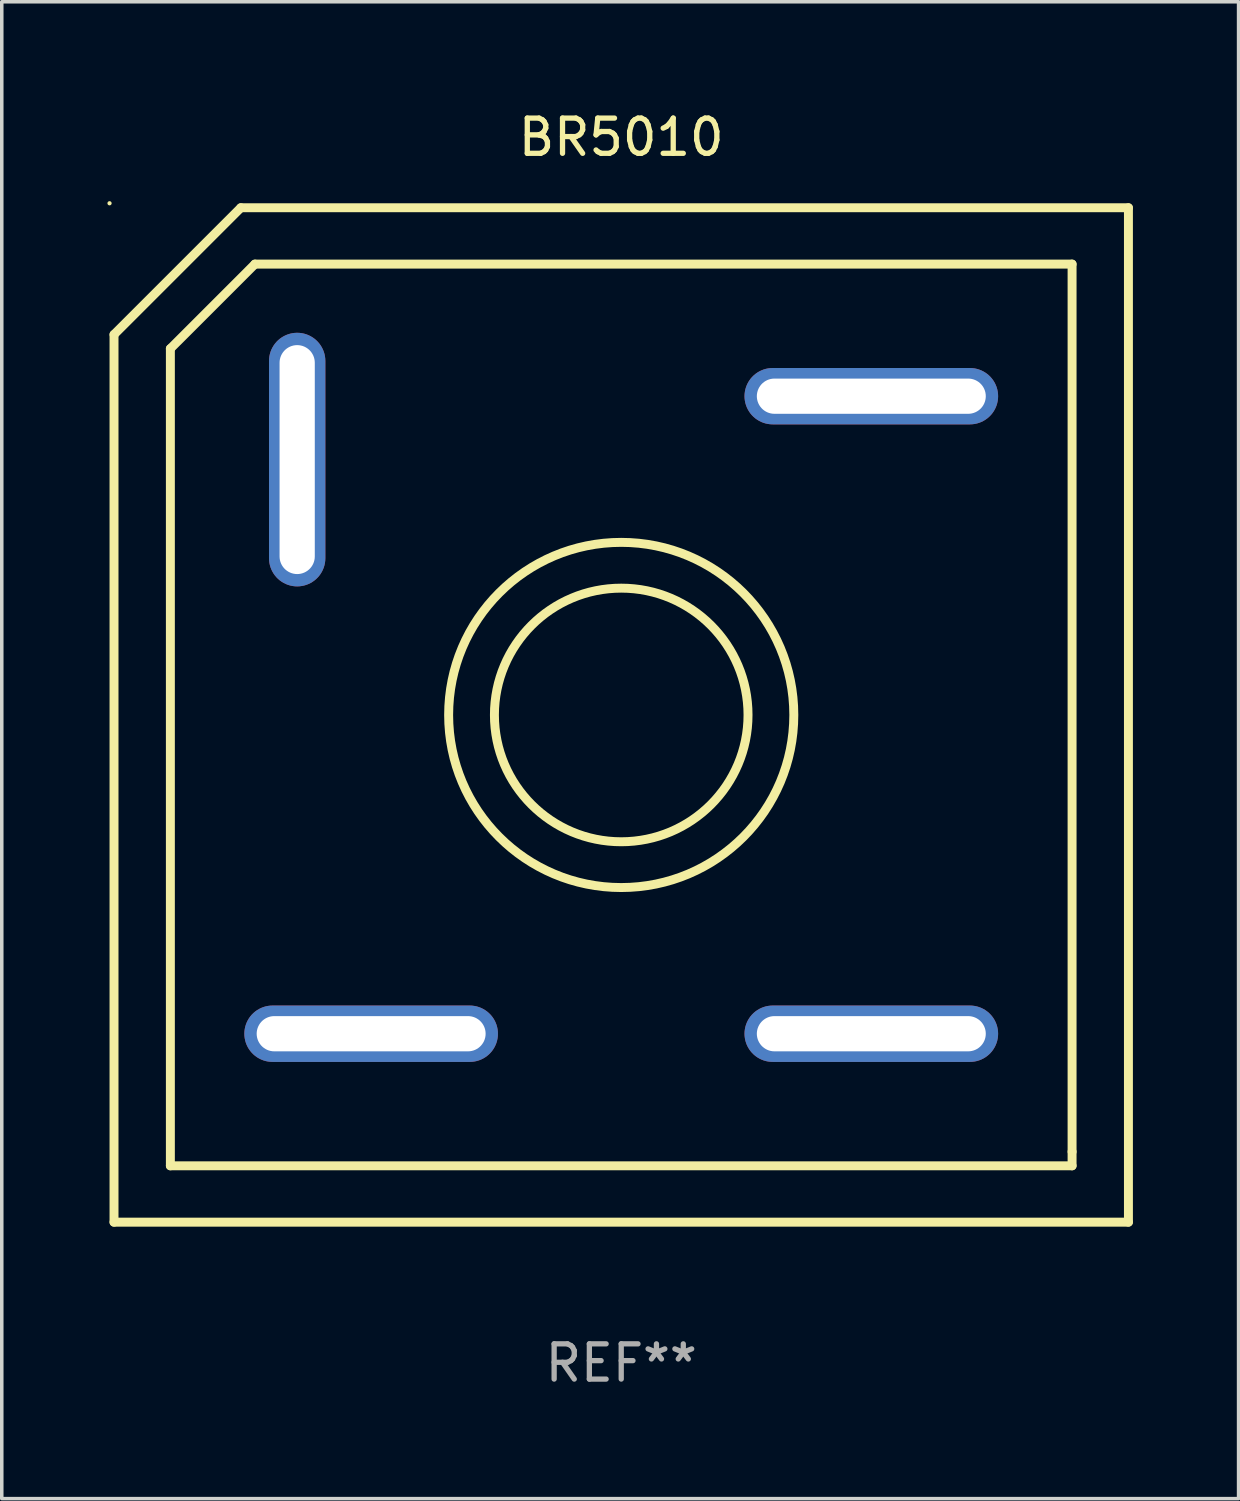
<source format=kicad_pcb>
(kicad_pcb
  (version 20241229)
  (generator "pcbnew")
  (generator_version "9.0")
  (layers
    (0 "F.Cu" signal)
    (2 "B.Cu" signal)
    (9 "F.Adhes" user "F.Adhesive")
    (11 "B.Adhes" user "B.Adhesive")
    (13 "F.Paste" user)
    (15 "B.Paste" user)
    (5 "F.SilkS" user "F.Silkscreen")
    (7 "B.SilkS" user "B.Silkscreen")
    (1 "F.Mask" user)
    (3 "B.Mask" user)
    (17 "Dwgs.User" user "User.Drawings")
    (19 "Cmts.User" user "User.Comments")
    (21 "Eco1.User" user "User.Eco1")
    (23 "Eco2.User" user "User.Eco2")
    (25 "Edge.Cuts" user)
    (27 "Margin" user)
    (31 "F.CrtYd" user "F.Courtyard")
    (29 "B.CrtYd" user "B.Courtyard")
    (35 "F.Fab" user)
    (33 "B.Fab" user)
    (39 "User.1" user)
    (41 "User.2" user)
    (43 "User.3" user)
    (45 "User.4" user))
  (footprint "BR5010"
    (layer "F.Cu")
    (at 14.587 17.248)
    (property "Reference" "BR5010" (at 0 -16.4 0) (layer "F.SilkS") (effects (font (size 1 1) (thickness 0.15))))
    (attr through_hole)
    (fp_line (start -14.4 -10.8) (end -10.8 -14.4) (stroke (width 0.254) (type solid)) (layer "F.SilkS"))
    (fp_line (start -14.4 14.4) (end -14.4 -10.8) (stroke (width 0.254) (type solid)) (layer "F.SilkS"))
    (fp_line (start -12.8 -10.4) (end -10.4 -12.8) (stroke (width 0.254) (type solid)) (layer "F.SilkS"))
    (fp_line (start -12.8 12.8) (end -12.8 -10.4) (stroke (width 0.254) (type solid)) (layer "F.SilkS"))
    (fp_line (start -10.8 -14.4) (end 14.4 -14.4) (stroke (width 0.254) (type solid)) (layer "F.SilkS"))
    (fp_line (start -10.4 -12.8) (end 12.8 -12.8) (stroke (width 0.254) (type solid)) (layer "F.SilkS"))
    (fp_line (start 12.8 -12.8) (end 12.8 12.4) (stroke (width 0.254) (type solid)) (layer "F.SilkS"))
    (fp_line (start 12.8 12.4) (end 12.8 12.8) (stroke (width 0.254) (type solid)) (layer "F.SilkS"))
    (fp_line (start 12.8 12.8) (end -12.8 12.8) (stroke (width 0.254) (type solid)) (layer "F.SilkS"))
    (fp_line (start 14.4 -14.4) (end 14.4 14.4) (stroke (width 0.254) (type solid)) (layer "F.SilkS"))
    (fp_line (start 14.4 14.4) (end -14.4 14.4) (stroke (width 0.254) (type solid)) (layer "F.SilkS"))
    (fp_circle (center -14.527 -14.527) (end -14.497 -14.527) (stroke (width 0.06) (type solid)) (fill no) (layer "F.SilkS"))
    (fp_circle (center 0 0) (end 3.6 0) (stroke (width 0.254) (type solid)) (fill no) (layer "F.SilkS"))
    (fp_circle (center 0 0) (end 4.9 0) (stroke (width 0.254) (type solid)) (fill no) (layer "F.SilkS"))
    (fp_text user "REF**" (at 0 18.4 0) (layer "F.Fab") (effects (font (size 1 1) (thickness 0.15))))
    (pad "1" thru_hole oval (at -9.2 -7.25 180) (size 1.6 7.2) (drill oval 1 6.5) (layers "*.Cu" "*.Mask"))
    (pad "2" thru_hole oval (at 7.1 -9.05 90) (size 1.6 7.2) (drill oval 1 6.5) (layers "*.Cu" "*.Mask"))
    (pad "3" thru_hole oval (at 7.1 9.05 90) (size 1.6 7.2) (drill oval 1 6.5) (layers "*.Cu" "*.Mask"))
    (pad "4" thru_hole oval (at -7.1 9.05 90) (size 1.6 7.2) (drill oval 1 6.5) (layers "*.Cu" "*.Mask")))
  (gr_rect
    (start -3 -3)
    (end 32.114 39.497)
    (stroke (width 0.1) (type default))
    (fill no)
    (layer "Edge.Cuts")))
</source>
